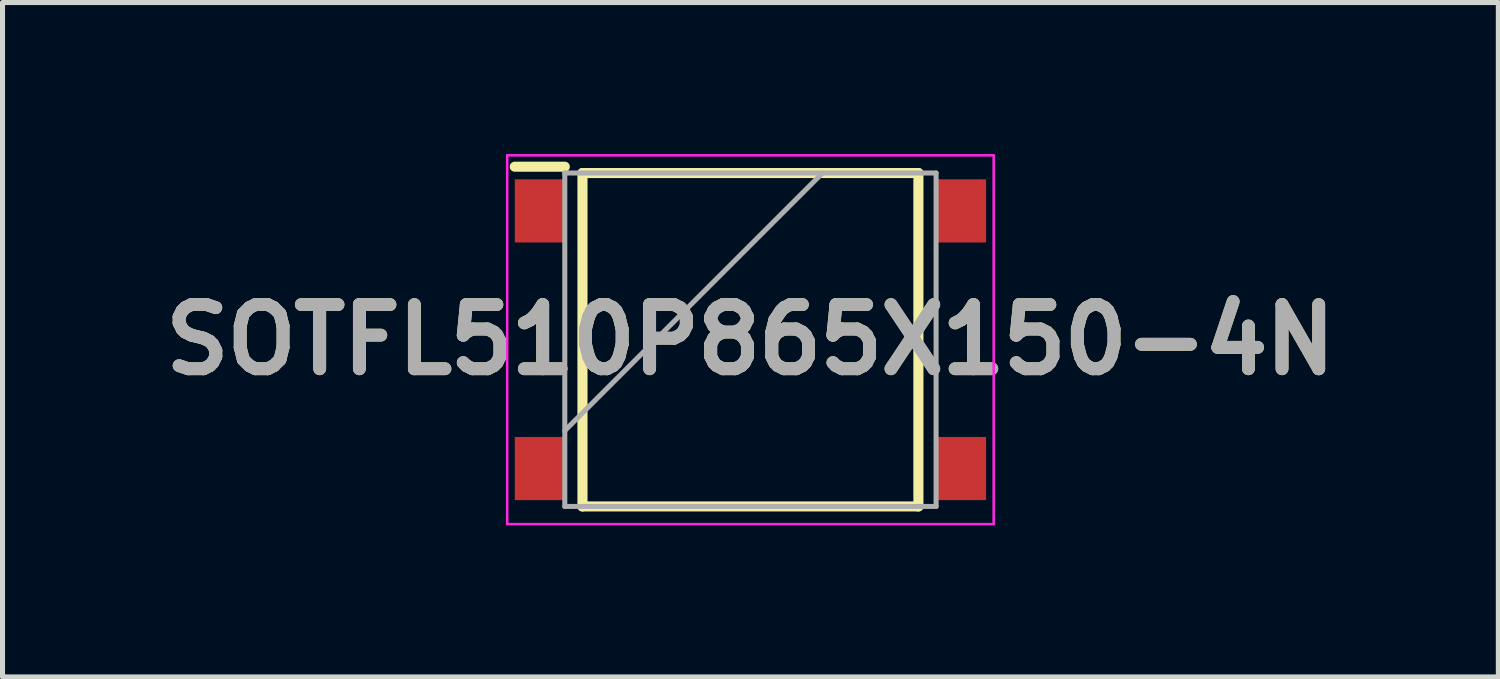
<source format=kicad_pcb>
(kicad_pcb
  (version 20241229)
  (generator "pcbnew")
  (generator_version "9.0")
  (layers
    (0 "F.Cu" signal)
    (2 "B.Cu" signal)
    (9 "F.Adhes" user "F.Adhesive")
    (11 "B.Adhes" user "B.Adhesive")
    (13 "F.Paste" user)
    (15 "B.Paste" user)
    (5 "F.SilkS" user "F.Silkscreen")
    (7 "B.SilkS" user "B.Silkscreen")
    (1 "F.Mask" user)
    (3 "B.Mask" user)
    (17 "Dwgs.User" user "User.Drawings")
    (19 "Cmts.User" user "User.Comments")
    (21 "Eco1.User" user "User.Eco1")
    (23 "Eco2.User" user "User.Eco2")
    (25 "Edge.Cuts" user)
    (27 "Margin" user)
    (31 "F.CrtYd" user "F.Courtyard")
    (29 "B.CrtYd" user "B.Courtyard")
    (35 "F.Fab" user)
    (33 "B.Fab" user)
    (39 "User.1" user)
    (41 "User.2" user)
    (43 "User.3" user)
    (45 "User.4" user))
  (footprint "SOTFL510P865X150-4N"
    (layer "F.Cu")
    (at 11.805 3.675)
    (property "Reference" "SOTFL510P865X150-4N" (at 0 0 0) (layer "F.SilkS") (effects (font (size 1.27 1.27) (thickness 0.254))))
    (attr smd)
    (fp_line (start -4.665 -3.425) (end -3.675 -3.425) (stroke (width 0.2) (type solid)) (layer "F.SilkS"))
    (fp_line (start -3.325 -3.3) (end 3.325 -3.3) (stroke (width 0.2) (type solid)) (layer "F.SilkS"))
    (fp_line (start -3.325 3.3) (end -3.325 -3.3) (stroke (width 0.2) (type solid)) (layer "F.SilkS"))
    (fp_line (start 3.325 -3.3) (end 3.325 3.3) (stroke (width 0.2) (type solid)) (layer "F.SilkS"))
    (fp_line (start 3.325 3.3) (end -3.325 3.3) (stroke (width 0.2) (type solid)) (layer "F.SilkS"))
    (fp_line (start -4.815 -3.65) (end 4.815 -3.65) (stroke (width 0.05) (type solid)) (layer "F.CrtYd"))
    (fp_line (start -4.815 3.65) (end -4.815 -3.65) (stroke (width 0.05) (type solid)) (layer "F.CrtYd"))
    (fp_line (start 4.815 -3.65) (end 4.815 3.65) (stroke (width 0.05) (type solid)) (layer "F.CrtYd"))
    (fp_line (start 4.815 3.65) (end -4.815 3.65) (stroke (width 0.05) (type solid)) (layer "F.CrtYd"))
    (fp_line (start -3.675 -3.3) (end 3.675 -3.3) (stroke (width 0.1) (type solid)) (layer "F.Fab"))
    (fp_line (start -3.675 1.8) (end 1.425 -3.3) (stroke (width 0.1) (type solid)) (layer "F.Fab"))
    (fp_line (start -3.675 3.3) (end -3.675 -3.3) (stroke (width 0.1) (type solid)) (layer "F.Fab"))
    (fp_line (start 3.675 -3.3) (end 3.675 3.3) (stroke (width 0.1) (type solid)) (layer "F.Fab"))
    (fp_line (start 3.675 3.3) (end -3.675 3.3) (stroke (width 0.1) (type solid)) (layer "F.Fab"))
    (fp_text user "${REFERENCE}" (at 0 0 0) (layer "F.Fab") (effects (font (size 1.27 1.27) (thickness 0.254))))
    (pad "1" smd rect (at -4.17 -2.55) (size 0.99 1.25) (layers "F.Cu" "F.Mask" "F.Paste"))
    (pad "2" smd rect (at -4.17 2.55) (size 0.99 1.25) (layers "F.Cu" "F.Mask" "F.Paste"))
    (pad "3" smd rect (at 4.17 2.55) (size 0.99 1.25) (layers "F.Cu" "F.Mask" "F.Paste"))
    (pad "4" smd rect (at 4.17 -2.55) (size 0.99 1.25) (layers "F.Cu" "F.Mask" "F.Paste")))
  (gr_rect
    (start -3 -3)
    (end 26.61 10.35)
    (stroke (width 0.1) (type default))
    (fill no)
    (layer "Edge.Cuts")))
</source>
